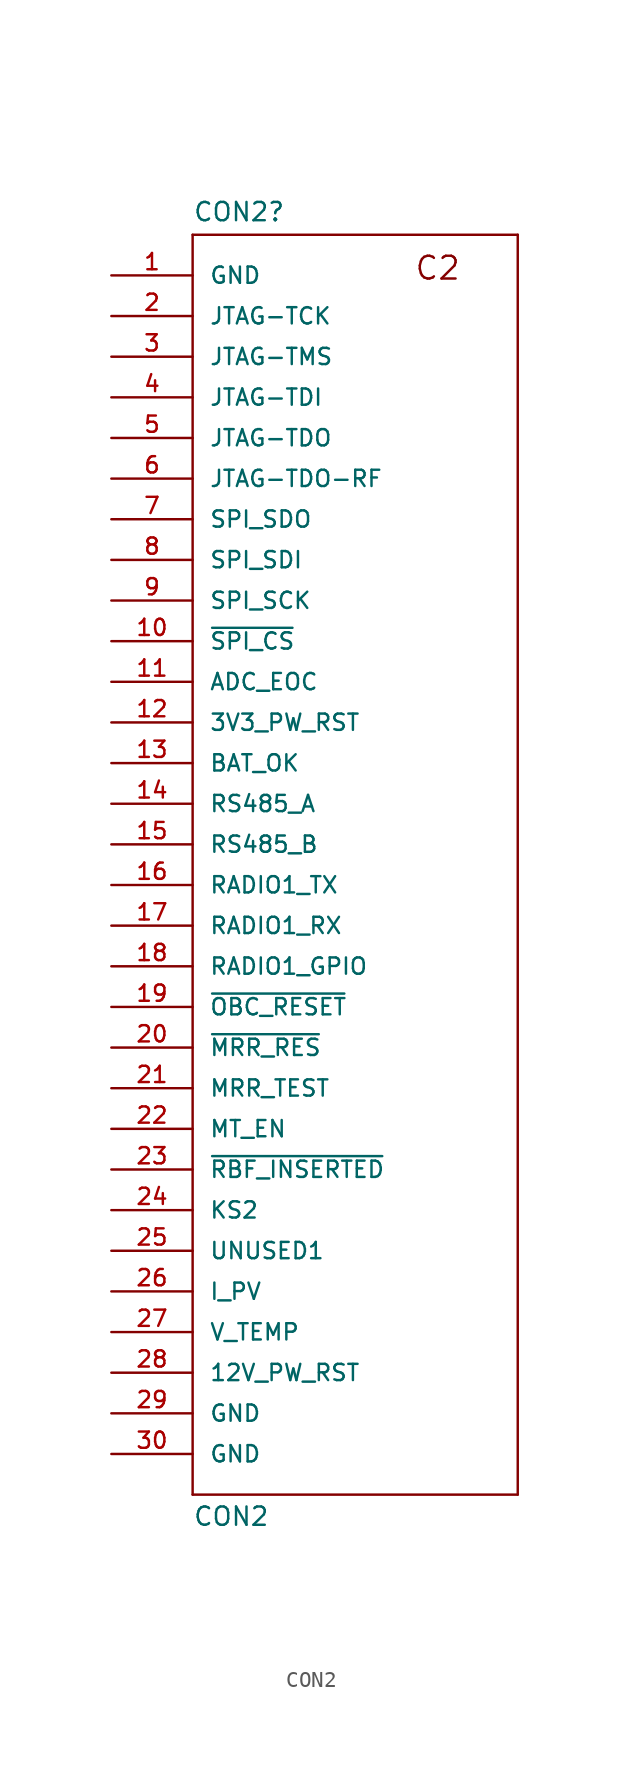
<source format=kicad_sym>
(kicad_symbol_lib
  (version 20211014)
  (generator kicad_symbol_editor)
  (symbol "CON2"
    (pin_names
      (offset 1.016))
    (property "Reference" "CON2"
      (at -7.62 38.862 0)
      (effects (font (size 1.143 1.143)) (justify left bottom)))
    (property "Value" "CON2"
      (at -7.62 -42.672 0)
      (effects (font (size 1.143 1.143)) (justify left bottom)))
    (symbol "CON2_1_0"
      (polyline (pts (xy -7.62 -40.64) (xy -7.62 38.1)) (stroke (width 0) (type default) (color 0 0 0 0)) (fill (type none)))
      (polyline (pts (xy -7.62 38.1) (xy 12.7 38.1)) (stroke (width 0) (type default) (color 0 0 0 0)) (fill (type none)))
      (polyline (pts (xy 12.7 -40.64) (xy -7.62 -40.64)) (stroke (width 0) (type default) (color 0 0 0 0)) (fill (type none)))
      (polyline (pts (xy 12.7 38.1) (xy 12.7 -40.64)) (stroke (width 0) (type default) (color 0 0 0 0)) (fill (type none)))
      (text "C2" (at 7.696 36.017 0) (effects (font (size 1.422 1.422)))))
    (symbol "CON2_1_1"
      (pin bidirectional line (at -12.7 35.56 0) (length 5.08) (name "GND" (effects (font (size 1.016 1.016)))) (number "1" (effects (font (size 1.016 1.016)))))
      (pin bidirectional line (at -12.7 12.7 0) (length 5.08) (name "~{SPI_CS}" (effects (font (size 1.016 1.016)))) (number "10" (effects (font (size 1.016 1.016)))))
      (pin bidirectional line (at -12.7 10.16 0) (length 5.08) (name "ADC_EOC" (effects (font (size 1.016 1.016)))) (number "11" (effects (font (size 1.016 1.016)))))
      (pin bidirectional line (at -12.7 7.62 0) (length 5.08) (name "3V3_PW_RST" (effects (font (size 1.016 1.016)))) (number "12" (effects (font (size 1.016 1.016)))))
      (pin bidirectional line (at -12.7 5.08 0) (length 5.08) (name "BAT_OK" (effects (font (size 1.016 1.016)))) (number "13" (effects (font (size 1.016 1.016)))))
      (pin bidirectional line (at -12.7 2.54 0) (length 5.08) (name "RS485_A" (effects (font (size 1.016 1.016)))) (number "14" (effects (font (size 1.016 1.016)))))
      (pin bidirectional line (at -12.7 0 0) (length 5.08) (name "RS485_B" (effects (font (size 1.016 1.016)))) (number "15" (effects (font (size 1.016 1.016)))))
      (pin bidirectional line (at -12.7 -2.54 0) (length 5.08) (name "RADIO1_TX" (effects (font (size 1.016 1.016)))) (number "16" (effects (font (size 1.016 1.016)))))
      (pin bidirectional line (at -12.7 -5.08 0) (length 5.08) (name "RADIO1_RX" (effects (font (size 1.016 1.016)))) (number "17" (effects (font (size 1.016 1.016)))))
      (pin bidirectional line (at -12.7 -7.62 0) (length 5.08) (name "RADIO1_GPIO" (effects (font (size 1.016 1.016)))) (number "18" (effects (font (size 1.016 1.016)))))
      (pin bidirectional line (at -12.7 -10.16 0) (length 5.08) (name "~{OBC_RESET}" (effects (font (size 1.016 1.016)))) (number "19" (effects (font (size 1.016 1.016)))))
      (pin bidirectional line (at -12.7 33.02 0) (length 5.08) (name "JTAG-TCK" (effects (font (size 1.016 1.016)))) (number "2" (effects (font (size 1.016 1.016)))))
      (pin bidirectional line (at -12.7 -12.7 0) (length 5.08) (name "~{MRR_RES}" (effects (font (size 1.016 1.016)))) (number "20" (effects (font (size 1.016 1.016)))))
      (pin bidirectional line (at -12.7 -15.24 0) (length 5.08) (name "MRR_TEST" (effects (font (size 1.016 1.016)))) (number "21" (effects (font (size 1.016 1.016)))))
      (pin bidirectional line (at -12.7 -17.78 0) (length 5.08) (name "MT_EN" (effects (font (size 1.016 1.016)))) (number "22" (effects (font (size 1.016 1.016)))))
      (pin bidirectional line (at -12.7 -20.32 0) (length 5.08) (name "~{RBF_INSERTED}" (effects (font (size 1.016 1.016)))) (number "23" (effects (font (size 1.016 1.016)))))
      (pin bidirectional line (at -12.7 -22.86 0) (length 5.08) (name "KS2" (effects (font (size 1.016 1.016)))) (number "24" (effects (font (size 1.016 1.016)))))
      (pin bidirectional line (at -12.7 -25.4 0) (length 5.08) (name "UNUSED1" (effects (font (size 1.016 1.016)))) (number "25" (effects (font (size 1.016 1.016)))))
      (pin bidirectional line (at -12.7 -27.94 0) (length 5.08) (name "I_PV" (effects (font (size 1.016 1.016)))) (number "26" (effects (font (size 1.016 1.016)))))
      (pin bidirectional line (at -12.7 -30.48 0) (length 5.08) (name "V_TEMP" (effects (font (size 1.016 1.016)))) (number "27" (effects (font (size 1.016 1.016)))))
      (pin bidirectional line (at -12.7 -33.02 0) (length 5.08) (name "12V_PW_RST" (effects (font (size 1.016 1.016)))) (number "28" (effects (font (size 1.016 1.016)))))
      (pin bidirectional line (at -12.7 -35.56 0) (length 5.08) (name "GND" (effects (font (size 1.016 1.016)))) (number "29" (effects (font (size 1.016 1.016)))))
      (pin bidirectional line (at -12.7 30.48 0) (length 5.08) (name "JTAG-TMS" (effects (font (size 1.016 1.016)))) (number "3" (effects (font (size 1.016 1.016)))))
      (pin bidirectional line (at -12.7 -38.1 0) (length 5.08) (name "GND" (effects (font (size 1.016 1.016)))) (number "30" (effects (font (size 1.016 1.016)))))
      (pin bidirectional line (at -12.7 27.94 0) (length 5.08) (name "JTAG-TDI" (effects (font (size 1.016 1.016)))) (number "4" (effects (font (size 1.016 1.016)))))
      (pin bidirectional line (at -12.7 25.4 0) (length 5.08) (name "JTAG-TDO" (effects (font (size 1.016 1.016)))) (number "5" (effects (font (size 1.016 1.016)))))
      (pin bidirectional line (at -12.7 22.86 0) (length 5.08) (name "JTAG-TDO-RF" (effects (font (size 1.016 1.016)))) (number "6" (effects (font (size 1.016 1.016)))))
      (pin bidirectional line (at -12.7 20.32 0) (length 5.08) (name "SPI_SDO" (effects (font (size 1.016 1.016)))) (number "7" (effects (font (size 1.016 1.016)))))
      (pin bidirectional line (at -12.7 17.78 0) (length 5.08) (name "SPI_SDI" (effects (font (size 1.016 1.016)))) (number "8" (effects (font (size 1.016 1.016)))))
      (pin bidirectional line (at -12.7 15.24 0) (length 5.08) (name "SPI_SCK" (effects (font (size 1.016 1.016)))) (number "9" (effects (font (size 1.016 1.016))))))))
</source>
